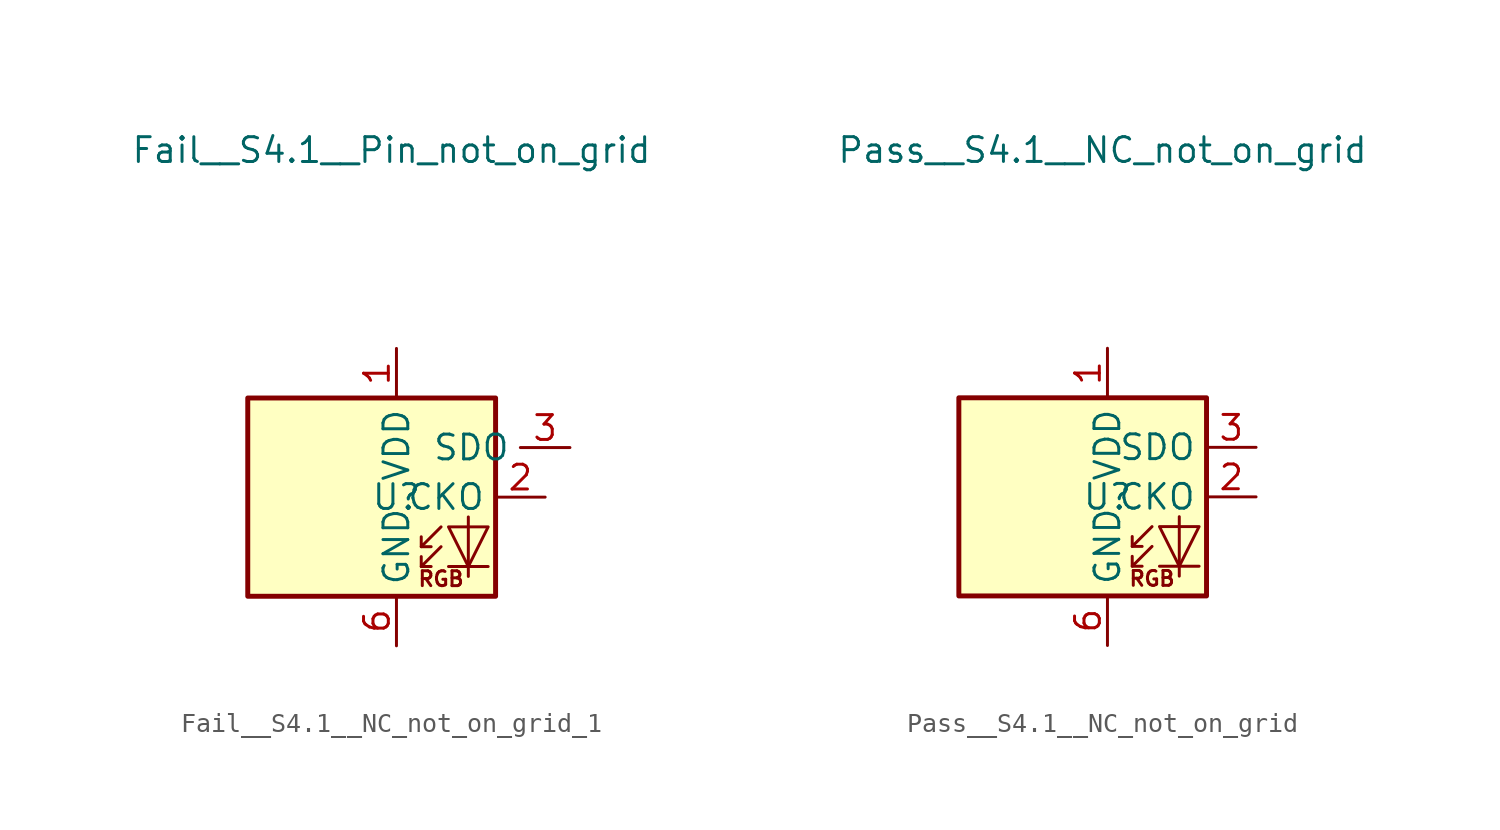
<source format=kicad_sym>
(kicad_symbol_lib
  (version 20231120)
  (generator "kicad_symbol_editor")
  (generator_version "8.0")
  (symbol "Fail__S4.1__NC_not_on_grid_1"
    (property "Reference" "U"
      (at 0 0 0)
      (effects (font (size 1.27 1.27))))
    (property "Value" "Fail__S4.1__Pin_not_on_grid"
      (at -0.254 17.78 0)
      (effects (font (size 1.27 1.27))))
    (symbol "Fail__S4.1__NC_not_on_grid_1_0_0"
      (text "RGB" (at 2.286 -4.191 0) (effects (font (size 0.762 0.762)))))
    (symbol "Fail__S4.1__NC_not_on_grid_1_0_1"
      (rectangle (start -7.62 5.08) (end 5.08 -5.08) (stroke (width 0.254) (type default)) (fill (type background)))
      (polyline (pts (xy 1.27 -3.556) (xy 1.778 -3.556)) (stroke (width 0) (type default)) (fill (type none)))
      (polyline (pts (xy 1.27 -2.54) (xy 1.778 -2.54)) (stroke (width 0) (type default)) (fill (type none)))
      (polyline (pts (xy 4.699 -3.556) (xy 2.667 -3.556)) (stroke (width 0) (type default)) (fill (type none)))
      (polyline (pts (xy 2.286 -2.54) (xy 1.27 -3.556) (xy 1.27 -3.048)) (stroke (width 0) (type default)) (fill (type none)))
      (polyline (pts (xy 2.286 -1.524) (xy 1.27 -2.54) (xy 1.27 -2.032)) (stroke (width 0) (type default)) (fill (type none)))
      (polyline (pts (xy 3.683 -1.016) (xy 3.683 -3.556) (xy 3.683 -4.064)) (stroke (width 0) (type default)) (fill (type none)))
      (polyline (pts (xy 4.699 -1.524) (xy 2.667 -1.524) (xy 3.683 -3.556) (xy 4.699 -1.524)) (stroke (width 0) (type default)) (fill (type none))))
    (symbol "Fail__S4.1__NC_not_on_grid_1_1_1"
      (pin power_in line (at 0 7.62 270) (length 2.54) (name "VDD" (effects (font (size 1.27 1.27)))) (number "1" (effects (font (size 1.27 1.27)))))
      (pin output line (at 7.62 0 180) (length 2.54) (name "CKO" (effects (font (size 1.27 1.27)))) (number "2" (effects (font (size 1.27 1.27)))))
      (pin output line (at 8.89 2.54 180) (length 2.54) (name "SDO" (effects (font (size 1.27 1.27)))) (number "3" (effects (font (size 1.27 1.27)))))
      (pin no_connect line (at -7.62 2.54 0) (length 2.54) hide (name "NC" (effects (font (size 1.27 1.27)))) (number "4" (effects (font (size 1.27 1.27)))))
      (pin power_in line (at 0 -7.62 90) (length 2.54) (name "GND" (effects (font (size 1.27 1.27)))) (number "6" (effects (font (size 1.27 1.27)))))))
  (symbol "Pass__S4.1__NC_not_on_grid"
    (property "Reference" "U"
      (at 0 0 0)
      (effects (font (size 1.27 1.27))))
    (property "Value" "Pass__S4.1__NC_not_on_grid"
      (at -0.254 17.78 0)
      (effects (font (size 1.27 1.27))))
    (symbol "Pass__S4.1__NC_not_on_grid_0_0"
      (text "RGB" (at 2.286 -4.191 0) (effects (font (size 0.762 0.762)))))
    (symbol "Pass__S4.1__NC_not_on_grid_0_1"
      (rectangle (start -7.62 5.08) (end 5.08 -5.08) (stroke (width 0.254) (type default)) (fill (type background)))
      (polyline (pts (xy 1.27 -3.556) (xy 1.778 -3.556)) (stroke (width 0) (type default)) (fill (type none)))
      (polyline (pts (xy 1.27 -2.54) (xy 1.778 -2.54)) (stroke (width 0) (type default)) (fill (type none)))
      (polyline (pts (xy 4.699 -3.556) (xy 2.667 -3.556)) (stroke (width 0) (type default)) (fill (type none)))
      (polyline (pts (xy 2.286 -2.54) (xy 1.27 -3.556) (xy 1.27 -3.048)) (stroke (width 0) (type default)) (fill (type none)))
      (polyline (pts (xy 2.286 -1.524) (xy 1.27 -2.54) (xy 1.27 -2.032)) (stroke (width 0) (type default)) (fill (type none)))
      (polyline (pts (xy 3.683 -1.016) (xy 3.683 -3.556) (xy 3.683 -4.064)) (stroke (width 0) (type default)) (fill (type none)))
      (polyline (pts (xy 4.699 -1.524) (xy 2.667 -1.524) (xy 3.683 -3.556) (xy 4.699 -1.524)) (stroke (width 0) (type default)) (fill (type none))))
    (symbol "Pass__S4.1__NC_not_on_grid_1_1"
      (pin power_in line (at 0 7.62 270) (length 2.54) (name "VDD" (effects (font (size 1.27 1.27)))) (number "1" (effects (font (size 1.27 1.27)))))
      (pin output line (at 7.62 0 180) (length 2.54) (name "CKO" (effects (font (size 1.27 1.27)))) (number "2" (effects (font (size 1.27 1.27)))))
      (pin output line (at 7.62 2.54 180) (length 2.54) (name "SDO" (effects (font (size 1.27 1.27)))) (number "3" (effects (font (size 1.27 1.27)))))
      (pin no_connect line (at -7.62 2.54 0) (length 2.54) hide (name "NC" (effects (font (size 1.27 1.27)))) (number "4" (effects (font (size 1.27 1.27)))))
      (pin power_in line (at 0 -7.62 90) (length 2.54) (name "GND" (effects (font (size 1.27 1.27)))) (number "6" (effects (font (size 1.27 1.27))))))))
</source>
